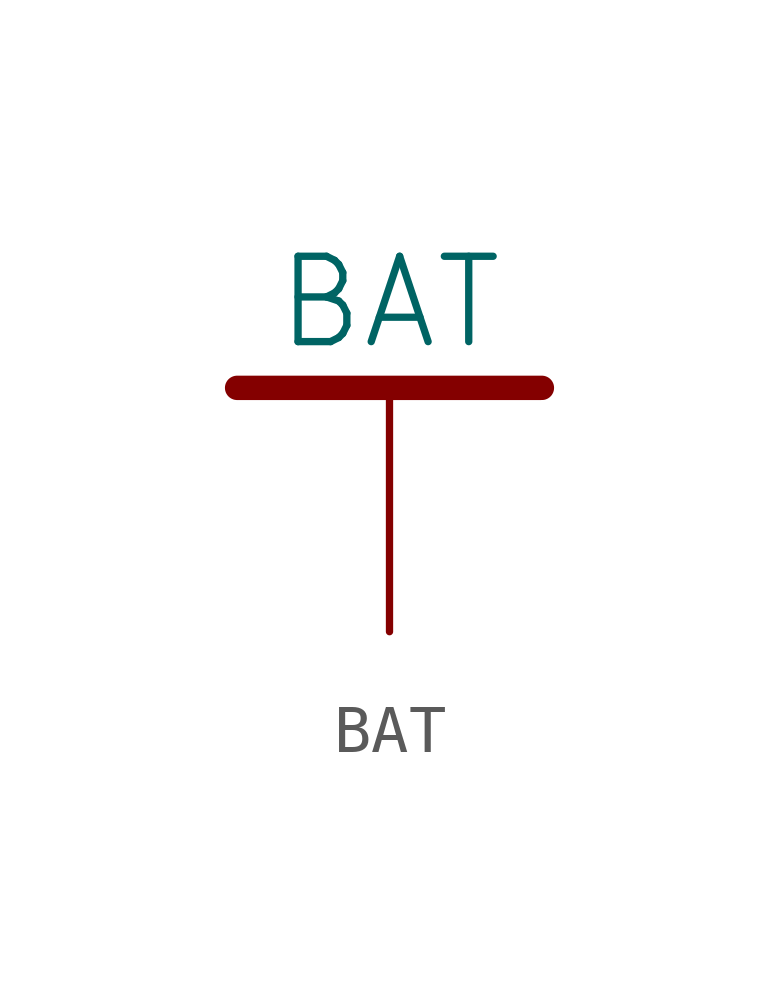
<source format=kicad_sym>
(kicad_symbol_lib
  (version 20211014)
  (generator kicad_symbol_editor)
  (symbol "BAT"
    (pin_names
      (offset 1.016))
    (property "Reference" "U"
      (at 0 4.445 0)
      (effects (font (size 1.778 1.778)) hide))
    (property "Value" "BAT"
      (at 0 1.778 0)
      (effects (font (size 1.778 1.778))))
    (symbol "BAT_1_1"
      (polyline (pts (xy 0 -5.08) (xy 0 0)) (stroke (width 0) (type default) (color 0 0 0 0)) (fill (type none)))
      (polyline (pts (xy 3.175 0) (xy -3.175 0)) (stroke (width 0.508) (type default) (color 0 0 0 0)) (fill (type none)))
      (pin power_in line (at 0 -5.08 90) (length 5.08) hide (name "BAT" (effects (font (size 1.27 1.27)))) (number "1" (effects (font (size 1.27 1.27))))))))
</source>
